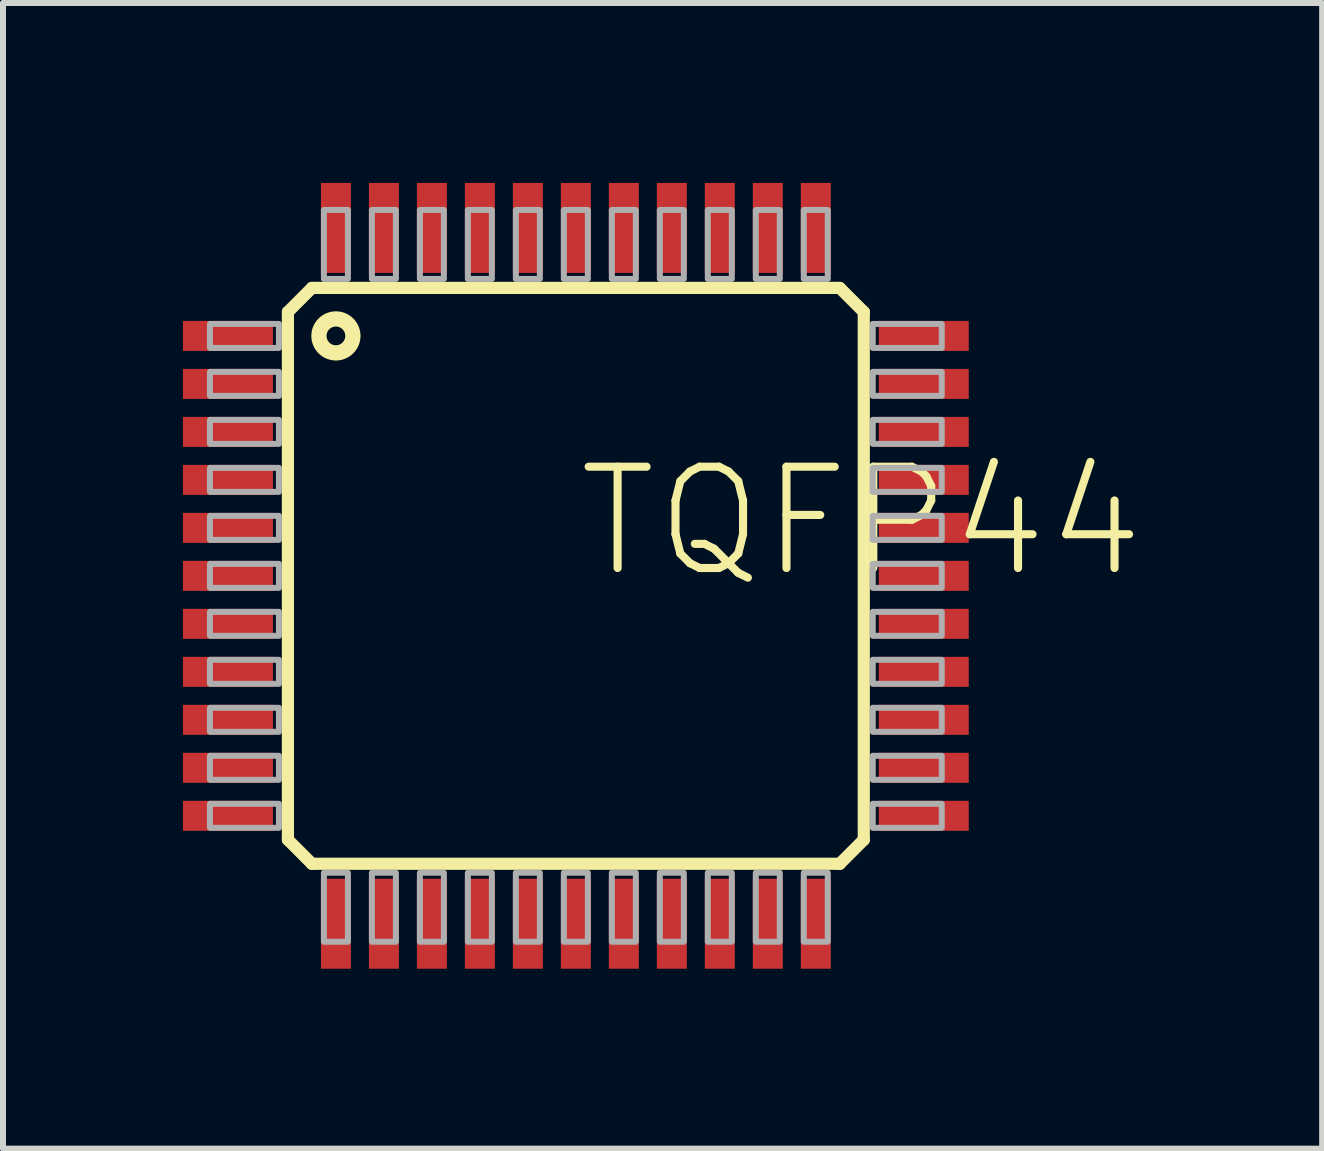
<source format=kicad_pcb>
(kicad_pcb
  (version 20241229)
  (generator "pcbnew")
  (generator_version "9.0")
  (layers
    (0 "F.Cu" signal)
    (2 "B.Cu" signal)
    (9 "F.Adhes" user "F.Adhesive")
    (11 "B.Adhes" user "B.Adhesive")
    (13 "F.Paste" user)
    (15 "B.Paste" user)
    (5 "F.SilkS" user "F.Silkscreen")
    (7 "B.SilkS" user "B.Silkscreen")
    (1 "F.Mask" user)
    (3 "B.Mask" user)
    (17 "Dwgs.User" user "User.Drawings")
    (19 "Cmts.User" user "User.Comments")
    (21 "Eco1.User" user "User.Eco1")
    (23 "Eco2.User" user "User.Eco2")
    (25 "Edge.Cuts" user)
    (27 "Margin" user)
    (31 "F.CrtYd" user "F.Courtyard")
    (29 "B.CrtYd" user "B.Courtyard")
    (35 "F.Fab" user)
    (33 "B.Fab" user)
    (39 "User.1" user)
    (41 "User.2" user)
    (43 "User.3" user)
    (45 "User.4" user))
  (footprint "TQFP44"
    (layer "F.Cu")
    (at 6.55 6.55)
    (property "Reference" "TQFP44" (at -0.036 0.083 180) (layer "F.SilkS") (effects (font (size 1.689 1.689) (thickness 0.135)) (justify left bottom)))
    (attr through_hole)
    (fp_line (start -4.8 -4.4) (end -4.4 -4.8) (stroke (width 0.203) (type solid)) (layer "F.SilkS"))
    (fp_line (start -4.8 4.4) (end -4.8 -4.4) (stroke (width 0.203) (type solid)) (layer "F.SilkS"))
    (fp_line (start -4.4 -4.8) (end 4.4 -4.8) (stroke (width 0.203) (type solid)) (layer "F.SilkS"))
    (fp_line (start -4.4 4.8) (end -4.8 4.4) (stroke (width 0.203) (type solid)) (layer "F.SilkS"))
    (fp_line (start 4.4 -4.8) (end 4.8 -4.4) (stroke (width 0.203) (type solid)) (layer "F.SilkS"))
    (fp_line (start 4.4 4.8) (end -4.4 4.8) (stroke (width 0.203) (type solid)) (layer "F.SilkS"))
    (fp_line (start 4.8 -4.4) (end 4.8 4.4) (stroke (width 0.203) (type solid)) (layer "F.SilkS"))
    (fp_line (start 4.8 4.4) (end 4.4 4.8) (stroke (width 0.203) (type solid)) (layer "F.SilkS"))
    (fp_circle (center -4 -4) (end -3.717 -4) (stroke (width 0.254) (type solid)) (fill no) (layer "F.SilkS"))
    (fp_poly (pts (xy -6.1 -3.8) (xy -4.95 -3.8) (xy -4.95 -4.2) (xy -6.1 -4.2)) (stroke (width 0.1) (type solid)) (fill no) (layer "F.Fab"))
    (fp_poly (pts (xy -6.1 -3) (xy -4.95 -3) (xy -4.95 -3.4) (xy -6.1 -3.4)) (stroke (width 0.1) (type solid)) (fill no) (layer "F.Fab"))
    (fp_poly (pts (xy -6.1 -2.2) (xy -4.95 -2.2) (xy -4.95 -2.6) (xy -6.1 -2.6)) (stroke (width 0.1) (type solid)) (fill no) (layer "F.Fab"))
    (fp_poly (pts (xy -6.1 -1.4) (xy -4.95 -1.4) (xy -4.95 -1.8) (xy -6.1 -1.8)) (stroke (width 0.1) (type solid)) (fill no) (layer "F.Fab"))
    (fp_poly (pts (xy -6.1 -0.6) (xy -4.95 -0.6) (xy -4.95 -1) (xy -6.1 -1)) (stroke (width 0.1) (type solid)) (fill no) (layer "F.Fab"))
    (fp_poly (pts (xy -6.1 0.2) (xy -4.95 0.2) (xy -4.95 -0.2) (xy -6.1 -0.2)) (stroke (width 0.1) (type solid)) (fill no) (layer "F.Fab"))
    (fp_poly (pts (xy -6.1 1) (xy -4.95 1) (xy -4.95 0.6) (xy -6.1 0.6)) (stroke (width 0.1) (type solid)) (fill no) (layer "F.Fab"))
    (fp_poly (pts (xy -6.1 1.8) (xy -4.95 1.8) (xy -4.95 1.4) (xy -6.1 1.4)) (stroke (width 0.1) (type solid)) (fill no) (layer "F.Fab"))
    (fp_poly (pts (xy -6.1 2.6) (xy -4.95 2.6) (xy -4.95 2.2) (xy -6.1 2.2)) (stroke (width 0.1) (type solid)) (fill no) (layer "F.Fab"))
    (fp_poly (pts (xy -6.1 3.4) (xy -4.95 3.4) (xy -4.95 3) (xy -6.1 3)) (stroke (width 0.1) (type solid)) (fill no) (layer "F.Fab"))
    (fp_poly (pts (xy -6.1 4.2) (xy -4.95 4.2) (xy -4.95 3.8) (xy -6.1 3.8)) (stroke (width 0.1) (type solid)) (fill no) (layer "F.Fab"))
    (fp_poly (pts (xy -4.2 -4.95) (xy -3.8 -4.95) (xy -3.8 -6.1) (xy -4.2 -6.1)) (stroke (width 0.1) (type solid)) (fill no) (layer "F.Fab"))
    (fp_poly (pts (xy -4.2 6.1) (xy -3.8 6.1) (xy -3.8 4.95) (xy -4.2 4.95)) (stroke (width 0.1) (type solid)) (fill no) (layer "F.Fab"))
    (fp_poly (pts (xy -3.4 -4.95) (xy -3 -4.95) (xy -3 -6.1) (xy -3.4 -6.1)) (stroke (width 0.1) (type solid)) (fill no) (layer "F.Fab"))
    (fp_poly (pts (xy -3.4 6.1) (xy -3 6.1) (xy -3 4.95) (xy -3.4 4.95)) (stroke (width 0.1) (type solid)) (fill no) (layer "F.Fab"))
    (fp_poly (pts (xy -2.6 -4.95) (xy -2.2 -4.95) (xy -2.2 -6.1) (xy -2.6 -6.1)) (stroke (width 0.1) (type solid)) (fill no) (layer "F.Fab"))
    (fp_poly (pts (xy -2.6 6.1) (xy -2.2 6.1) (xy -2.2 4.95) (xy -2.6 4.95)) (stroke (width 0.1) (type solid)) (fill no) (layer "F.Fab"))
    (fp_poly (pts (xy -1.8 -4.95) (xy -1.4 -4.95) (xy -1.4 -6.1) (xy -1.8 -6.1)) (stroke (width 0.1) (type solid)) (fill no) (layer "F.Fab"))
    (fp_poly (pts (xy -1.8 6.1) (xy -1.4 6.1) (xy -1.4 4.95) (xy -1.8 4.95)) (stroke (width 0.1) (type solid)) (fill no) (layer "F.Fab"))
    (fp_poly (pts (xy -1 -4.95) (xy -0.6 -4.95) (xy -0.6 -6.1) (xy -1 -6.1)) (stroke (width 0.1) (type solid)) (fill no) (layer "F.Fab"))
    (fp_poly (pts (xy -1 6.1) (xy -0.6 6.1) (xy -0.6 4.95) (xy -1 4.95)) (stroke (width 0.1) (type solid)) (fill no) (layer "F.Fab"))
    (fp_poly (pts (xy -0.2 -4.95) (xy 0.2 -4.95) (xy 0.2 -6.1) (xy -0.2 -6.1)) (stroke (width 0.1) (type solid)) (fill no) (layer "F.Fab"))
    (fp_poly (pts (xy -0.2 6.1) (xy 0.2 6.1) (xy 0.2 4.95) (xy -0.2 4.95)) (stroke (width 0.1) (type solid)) (fill no) (layer "F.Fab"))
    (fp_poly (pts (xy 0.6 -4.95) (xy 1 -4.95) (xy 1 -6.1) (xy 0.6 -6.1)) (stroke (width 0.1) (type solid)) (fill no) (layer "F.Fab"))
    (fp_poly (pts (xy 0.6 6.1) (xy 1 6.1) (xy 1 4.95) (xy 0.6 4.95)) (stroke (width 0.1) (type solid)) (fill no) (layer "F.Fab"))
    (fp_poly (pts (xy 1.4 -4.95) (xy 1.8 -4.95) (xy 1.8 -6.1) (xy 1.4 -6.1)) (stroke (width 0.1) (type solid)) (fill no) (layer "F.Fab"))
    (fp_poly (pts (xy 1.4 6.1) (xy 1.8 6.1) (xy 1.8 4.95) (xy 1.4 4.95)) (stroke (width 0.1) (type solid)) (fill no) (layer "F.Fab"))
    (fp_poly (pts (xy 2.2 -4.95) (xy 2.6 -4.95) (xy 2.6 -6.1) (xy 2.2 -6.1)) (stroke (width 0.1) (type solid)) (fill no) (layer "F.Fab"))
    (fp_poly (pts (xy 2.2 6.1) (xy 2.6 6.1) (xy 2.6 4.95) (xy 2.2 4.95)) (stroke (width 0.1) (type solid)) (fill no) (layer "F.Fab"))
    (fp_poly (pts (xy 3 -4.95) (xy 3.4 -4.95) (xy 3.4 -6.1) (xy 3 -6.1)) (stroke (width 0.1) (type solid)) (fill no) (layer "F.Fab"))
    (fp_poly (pts (xy 3 6.1) (xy 3.4 6.1) (xy 3.4 4.95) (xy 3 4.95)) (stroke (width 0.1) (type solid)) (fill no) (layer "F.Fab"))
    (fp_poly (pts (xy 3.8 -4.95) (xy 4.2 -4.95) (xy 4.2 -6.1) (xy 3.8 -6.1)) (stroke (width 0.1) (type solid)) (fill no) (layer "F.Fab"))
    (fp_poly (pts (xy 3.8 6.1) (xy 4.2 6.1) (xy 4.2 4.95) (xy 3.8 4.95)) (stroke (width 0.1) (type solid)) (fill no) (layer "F.Fab"))
    (fp_poly (pts (xy 4.95 -3.8) (xy 6.1 -3.8) (xy 6.1 -4.2) (xy 4.95 -4.2)) (stroke (width 0.1) (type solid)) (fill no) (layer "F.Fab"))
    (fp_poly (pts (xy 4.95 -3) (xy 6.1 -3) (xy 6.1 -3.4) (xy 4.95 -3.4)) (stroke (width 0.1) (type solid)) (fill no) (layer "F.Fab"))
    (fp_poly (pts (xy 4.95 -2.2) (xy 6.1 -2.2) (xy 6.1 -2.6) (xy 4.95 -2.6)) (stroke (width 0.1) (type solid)) (fill no) (layer "F.Fab"))
    (fp_poly (pts (xy 4.95 -1.4) (xy 6.1 -1.4) (xy 6.1 -1.8) (xy 4.95 -1.8)) (stroke (width 0.1) (type solid)) (fill no) (layer "F.Fab"))
    (fp_poly (pts (xy 4.95 -0.6) (xy 6.1 -0.6) (xy 6.1 -1) (xy 4.95 -1)) (stroke (width 0.1) (type solid)) (fill no) (layer "F.Fab"))
    (fp_poly (pts (xy 4.95 0.2) (xy 6.1 0.2) (xy 6.1 -0.2) (xy 4.95 -0.2)) (stroke (width 0.1) (type solid)) (fill no) (layer "F.Fab"))
    (fp_poly (pts (xy 4.95 1) (xy 6.1 1) (xy 6.1 0.6) (xy 4.95 0.6)) (stroke (width 0.1) (type solid)) (fill no) (layer "F.Fab"))
    (fp_poly (pts (xy 4.95 1.8) (xy 6.1 1.8) (xy 6.1 1.4) (xy 4.95 1.4)) (stroke (width 0.1) (type solid)) (fill no) (layer "F.Fab"))
    (fp_poly (pts (xy 4.95 2.6) (xy 6.1 2.6) (xy 6.1 2.2) (xy 4.95 2.2)) (stroke (width 0.1) (type solid)) (fill no) (layer "F.Fab"))
    (fp_poly (pts (xy 4.95 3.4) (xy 6.1 3.4) (xy 6.1 3) (xy 4.95 3)) (stroke (width 0.1) (type solid)) (fill no) (layer "F.Fab"))
    (fp_poly (pts (xy 4.95 4.2) (xy 6.1 4.2) (xy 6.1 3.8) (xy 4.95 3.8)) (stroke (width 0.1) (type solid)) (fill no) (layer "F.Fab"))
    (pad "1" smd rect (at -5.8 -4) (size 1.5 0.5) (layers "F.Cu" "F.Mask" "F.Paste"))
    (pad "2" smd rect (at -5.8 -3.2) (size 1.5 0.5) (layers "F.Cu" "F.Mask" "F.Paste"))
    (pad "3" smd rect (at -5.8 -2.4) (size 1.5 0.5) (layers "F.Cu" "F.Mask" "F.Paste"))
    (pad "4" smd rect (at -5.8 -1.6) (size 1.5 0.5) (layers "F.Cu" "F.Mask" "F.Paste"))
    (pad "5" smd rect (at -5.8 -0.8) (size 1.5 0.5) (layers "F.Cu" "F.Mask" "F.Paste"))
    (pad "6" smd rect (at -5.8 0) (size 1.5 0.5) (layers "F.Cu" "F.Mask" "F.Paste"))
    (pad "7" smd rect (at -5.8 0.8) (size 1.5 0.5) (layers "F.Cu" "F.Mask" "F.Paste"))
    (pad "8" smd rect (at -5.8 1.6) (size 1.5 0.5) (layers "F.Cu" "F.Mask" "F.Paste"))
    (pad "9" smd rect (at -5.8 2.4) (size 1.5 0.5) (layers "F.Cu" "F.Mask" "F.Paste"))
    (pad "10" smd rect (at -5.8 3.2) (size 1.5 0.5) (layers "F.Cu" "F.Mask" "F.Paste"))
    (pad "11" smd rect (at -5.8 4) (size 1.5 0.5) (layers "F.Cu" "F.Mask" "F.Paste"))
    (pad "12" smd rect (at -4 5.8) (size 0.5 1.5) (layers "F.Cu" "F.Mask" "F.Paste"))
    (pad "13" smd rect (at -3.2 5.8) (size 0.5 1.5) (layers "F.Cu" "F.Mask" "F.Paste"))
    (pad "14" smd rect (at -2.4 5.8) (size 0.5 1.5) (layers "F.Cu" "F.Mask" "F.Paste"))
    (pad "15" smd rect (at -1.6 5.8) (size 0.5 1.5) (layers "F.Cu" "F.Mask" "F.Paste"))
    (pad "16" smd rect (at -0.8 5.8) (size 0.5 1.5) (layers "F.Cu" "F.Mask" "F.Paste"))
    (pad "17" smd rect (at 0 5.8) (size 0.5 1.5) (layers "F.Cu" "F.Mask" "F.Paste"))
    (pad "18" smd rect (at 0.8 5.8) (size 0.5 1.5) (layers "F.Cu" "F.Mask" "F.Paste"))
    (pad "19" smd rect (at 1.6 5.8) (size 0.5 1.5) (layers "F.Cu" "F.Mask" "F.Paste"))
    (pad "20" smd rect (at 2.4 5.8) (size 0.5 1.5) (layers "F.Cu" "F.Mask" "F.Paste"))
    (pad "21" smd rect (at 3.2 5.8) (size 0.5 1.5) (layers "F.Cu" "F.Mask" "F.Paste"))
    (pad "22" smd rect (at 4 5.8) (size 0.5 1.5) (layers "F.Cu" "F.Mask" "F.Paste"))
    (pad "23" smd rect (at 5.8 4) (size 1.5 0.5) (layers "F.Cu" "F.Mask" "F.Paste"))
    (pad "24" smd rect (at 5.8 3.2) (size 1.5 0.5) (layers "F.Cu" "F.Mask" "F.Paste"))
    (pad "25" smd rect (at 5.8 2.4) (size 1.5 0.5) (layers "F.Cu" "F.Mask" "F.Paste"))
    (pad "26" smd rect (at 5.8 1.6) (size 1.5 0.5) (layers "F.Cu" "F.Mask" "F.Paste"))
    (pad "27" smd rect (at 5.8 0.8) (size 1.5 0.5) (layers "F.Cu" "F.Mask" "F.Paste"))
    (pad "28" smd rect (at 5.8 0) (size 1.5 0.5) (layers "F.Cu" "F.Mask" "F.Paste"))
    (pad "29" smd rect (at 5.8 -0.8) (size 1.5 0.5) (layers "F.Cu" "F.Mask" "F.Paste"))
    (pad "30" smd rect (at 5.8 -1.6) (size 1.5 0.5) (layers "F.Cu" "F.Mask" "F.Paste"))
    (pad "31" smd rect (at 5.8 -2.4) (size 1.5 0.5) (layers "F.Cu" "F.Mask" "F.Paste"))
    (pad "32" smd rect (at 5.8 -3.2) (size 1.5 0.5) (layers "F.Cu" "F.Mask" "F.Paste"))
    (pad "33" smd rect (at 5.8 -4) (size 1.5 0.5) (layers "F.Cu" "F.Mask" "F.Paste"))
    (pad "34" smd rect (at 4 -5.8) (size 0.5 1.5) (layers "F.Cu" "F.Mask" "F.Paste"))
    (pad "35" smd rect (at 3.2 -5.8) (size 0.5 1.5) (layers "F.Cu" "F.Mask" "F.Paste"))
    (pad "36" smd rect (at 2.4 -5.8) (size 0.5 1.5) (layers "F.Cu" "F.Mask" "F.Paste"))
    (pad "37" smd rect (at 1.6 -5.8) (size 0.5 1.5) (layers "F.Cu" "F.Mask" "F.Paste"))
    (pad "38" smd rect (at 0.8 -5.8) (size 0.5 1.5) (layers "F.Cu" "F.Mask" "F.Paste"))
    (pad "39" smd rect (at 0 -5.8) (size 0.5 1.5) (layers "F.Cu" "F.Mask" "F.Paste"))
    (pad "40" smd rect (at -0.8 -5.8) (size 0.5 1.5) (layers "F.Cu" "F.Mask" "F.Paste"))
    (pad "41" smd rect (at -1.6 -5.8) (size 0.5 1.5) (layers "F.Cu" "F.Mask" "F.Paste"))
    (pad "42" smd rect (at -2.4 -5.8) (size 0.5 1.5) (layers "F.Cu" "F.Mask" "F.Paste"))
    (pad "43" smd rect (at -3.2 -5.8) (size 0.5 1.5) (layers "F.Cu" "F.Mask" "F.Paste"))
    (pad "44" smd rect (at -4 -5.8) (size 0.5 1.5) (layers "F.Cu" "F.Mask" "F.Paste")))
  (gr_rect
    (start -3 -3)
    (end 18.992 16.1)
    (stroke (width 0.1) (type default))
    (fill no)
    (layer "Edge.Cuts")))
</source>
